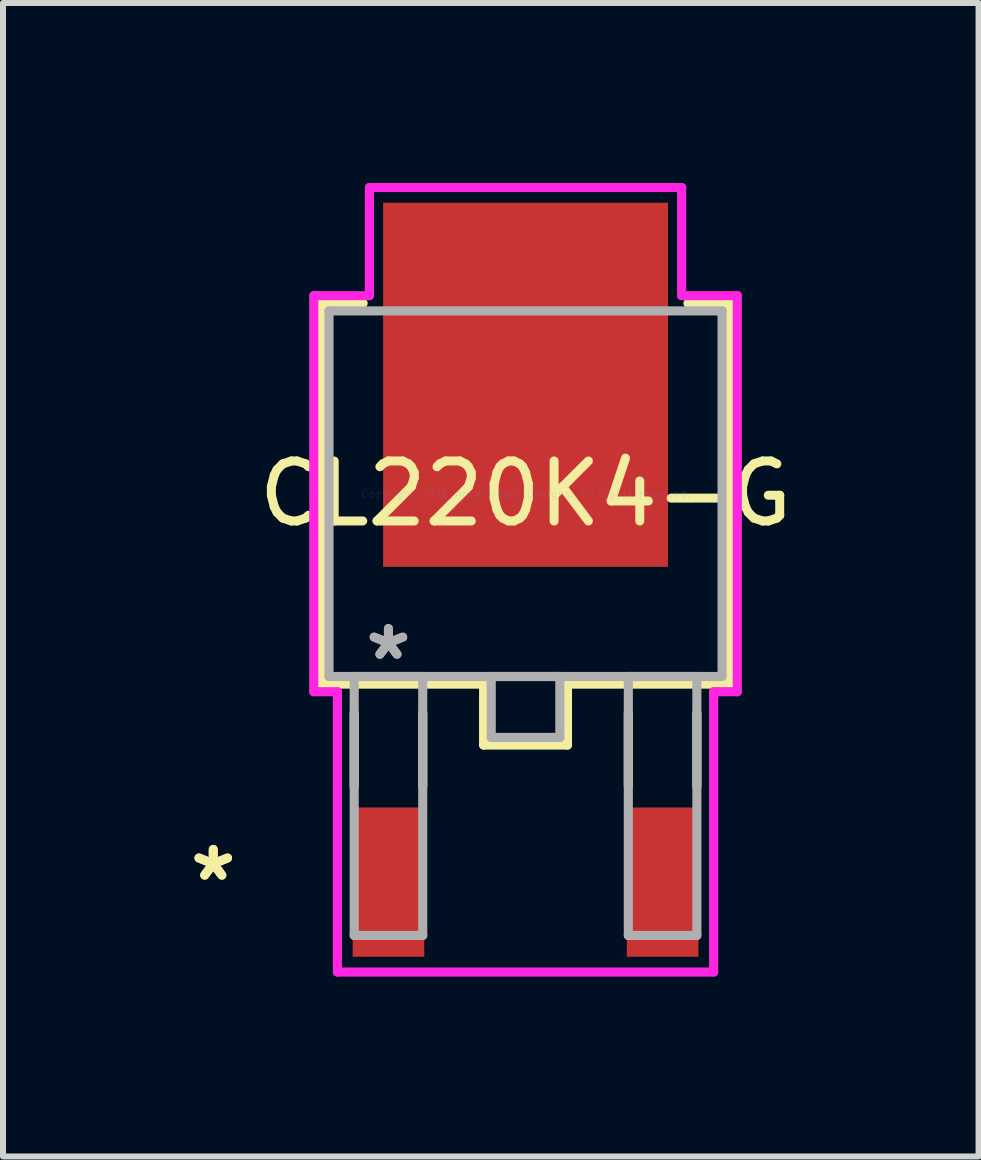
<source format=kicad_pcb>
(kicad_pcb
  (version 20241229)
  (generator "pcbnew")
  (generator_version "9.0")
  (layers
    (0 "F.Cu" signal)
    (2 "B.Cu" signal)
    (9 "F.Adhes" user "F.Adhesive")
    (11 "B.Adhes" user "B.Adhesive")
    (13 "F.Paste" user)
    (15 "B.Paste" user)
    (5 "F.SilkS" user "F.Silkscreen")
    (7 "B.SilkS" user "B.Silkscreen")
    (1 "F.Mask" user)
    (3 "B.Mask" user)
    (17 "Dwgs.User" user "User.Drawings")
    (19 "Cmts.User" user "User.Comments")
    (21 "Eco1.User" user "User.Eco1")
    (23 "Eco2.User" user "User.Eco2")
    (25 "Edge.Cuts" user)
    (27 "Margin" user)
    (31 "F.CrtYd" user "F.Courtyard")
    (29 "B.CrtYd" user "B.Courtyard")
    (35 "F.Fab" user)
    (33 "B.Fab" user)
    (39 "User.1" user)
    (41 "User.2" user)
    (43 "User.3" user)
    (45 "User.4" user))
  (footprint "CL220K4-G"
    (layer "F.Cu")
    (at 5.713 5.182)
    (property "Reference" "CL220K4-G" (at 0 0 0) (layer "F.SilkS") (effects (font (size 1 1) (thickness 0.15))))
    (attr through_hole)
    (fp_line (start -3.404 -3.175) (end -3.404 3.175) (stroke (width 0.152) (type solid)) (layer "F.SilkS"))
    (fp_line (start -3.404 3.175) (end -0.699 3.175) (stroke (width 0.152) (type solid)) (layer "F.SilkS"))
    (fp_line (start -2.857 3.658) (end -2.857 4.877) (stroke (width 0.152) (type solid)) (layer "F.SilkS"))
    (fp_line (start -2.708 -3.175) (end -3.404 -3.175) (stroke (width 0.152) (type solid)) (layer "F.SilkS"))
    (fp_line (start -1.714 3.658) (end -1.714 4.877) (stroke (width 0.152) (type solid)) (layer "F.SilkS"))
    (fp_line (start -0.699 3.175) (end -0.699 4.191) (stroke (width 0.152) (type solid)) (layer "F.SilkS"))
    (fp_line (start -0.699 4.191) (end 0.699 4.191) (stroke (width 0.152) (type solid)) (layer "F.SilkS"))
    (fp_line (start 0.699 3.175) (end 3.404 3.175) (stroke (width 0.152) (type solid)) (layer "F.SilkS"))
    (fp_line (start 0.699 4.191) (end 0.699 3.175) (stroke (width 0.152) (type solid)) (layer "F.SilkS"))
    (fp_line (start 1.714 3.658) (end 1.714 4.877) (stroke (width 0.152) (type solid)) (layer "F.SilkS"))
    (fp_line (start 2.857 3.658) (end 2.857 4.877) (stroke (width 0.152) (type solid)) (layer "F.SilkS"))
    (fp_line (start 3.404 -3.175) (end 2.708 -3.175) (stroke (width 0.152) (type solid)) (layer "F.SilkS"))
    (fp_line (start 3.404 3.175) (end 3.404 -3.175) (stroke (width 0.152) (type solid)) (layer "F.SilkS"))
    (fp_line (start -3.531 -3.302) (end -2.603 -3.302) (stroke (width 0.152) (type solid)) (layer "F.CrtYd"))
    (fp_line (start -3.531 3.302) (end -3.531 -3.302) (stroke (width 0.152) (type solid)) (layer "F.CrtYd"))
    (fp_line (start -3.137 3.302) (end -3.531 3.302) (stroke (width 0.152) (type solid)) (layer "F.CrtYd"))
    (fp_line (start -3.137 7.976) (end -3.137 3.302) (stroke (width 0.152) (type solid)) (layer "F.CrtYd"))
    (fp_line (start -2.603 -5.105) (end 2.603 -5.105) (stroke (width 0.152) (type solid)) (layer "F.CrtYd"))
    (fp_line (start -2.603 -3.302) (end -2.603 -5.105) (stroke (width 0.152) (type solid)) (layer "F.CrtYd"))
    (fp_line (start 2.603 -5.105) (end 2.603 -3.302) (stroke (width 0.152) (type solid)) (layer "F.CrtYd"))
    (fp_line (start 2.603 -3.302) (end 3.531 -3.302) (stroke (width 0.152) (type solid)) (layer "F.CrtYd"))
    (fp_line (start 3.137 3.302) (end 3.137 7.976) (stroke (width 0.152) (type solid)) (layer "F.CrtYd"))
    (fp_line (start 3.137 7.976) (end -3.137 7.976) (stroke (width 0.152) (type solid)) (layer "F.CrtYd"))
    (fp_line (start 3.531 -3.302) (end 3.531 3.302) (stroke (width 0.152) (type solid)) (layer "F.CrtYd"))
    (fp_line (start 3.531 3.302) (end 3.137 3.302) (stroke (width 0.152) (type solid)) (layer "F.CrtYd"))
    (fp_line (start -3.277 -3.048) (end -3.277 3.048) (stroke (width 0.152) (type solid)) (layer "F.Fab"))
    (fp_line (start -3.277 3.048) (end 3.277 3.048) (stroke (width 0.152) (type solid)) (layer "F.Fab"))
    (fp_line (start -2.857 3.048) (end -2.857 7.366) (stroke (width 0.152) (type solid)) (layer "F.Fab"))
    (fp_line (start -2.857 7.366) (end -1.714 7.366) (stroke (width 0.152) (type solid)) (layer "F.Fab"))
    (fp_line (start -1.714 3.048) (end -2.857 3.048) (stroke (width 0.152) (type solid)) (layer "F.Fab"))
    (fp_line (start -1.714 7.366) (end -1.714 3.048) (stroke (width 0.152) (type solid)) (layer "F.Fab"))
    (fp_line (start -0.572 3.048) (end -0.572 4.064) (stroke (width 0.152) (type solid)) (layer "F.Fab"))
    (fp_line (start -0.572 4.064) (end 0.572 4.064) (stroke (width 0.152) (type solid)) (layer "F.Fab"))
    (fp_line (start 0.572 3.048) (end -0.572 3.048) (stroke (width 0.152) (type solid)) (layer "F.Fab"))
    (fp_line (start 0.572 4.064) (end 0.572 3.048) (stroke (width 0.152) (type solid)) (layer "F.Fab"))
    (fp_line (start 1.714 3.048) (end 1.714 7.366) (stroke (width 0.152) (type solid)) (layer "F.Fab"))
    (fp_line (start 1.714 7.366) (end 2.857 7.366) (stroke (width 0.152) (type solid)) (layer "F.Fab"))
    (fp_line (start 2.857 3.048) (end 1.714 3.048) (stroke (width 0.152) (type solid)) (layer "F.Fab"))
    (fp_line (start 2.857 7.366) (end 2.857 3.048) (stroke (width 0.152) (type solid)) (layer "F.Fab"))
    (fp_line (start 3.277 -3.048) (end -3.277 -3.048) (stroke (width 0.152) (type solid)) (layer "F.Fab"))
    (fp_line (start 3.277 3.048) (end 3.277 -3.048) (stroke (width 0.152) (type solid)) (layer "F.Fab"))
    (fp_text user "*" (at -5.207 6.477 0) (layer "F.SilkS") (effects (font (size 1 1) (thickness 0.15))))
    (fp_text user "*" (at -5.207 6.477 0) (layer "F.SilkS") (effects (font (size 1 1) (thickness 0.15))))
    (fp_text user "Copyright 2016 Accelerated Designs. All rights reserved." (at 0 0 0) (layer "Cmts.User") (effects (font (size 0.127 0.127) (thickness 0.002))))
    (fp_text user "*" (at -2.286 2.794 0) (layer "F.Fab") (effects (font (size 1 1) (thickness 0.15))))
    (fp_text user "*" (at -2.286 2.794 0) (layer "F.Fab") (effects (font (size 1 1) (thickness 0.15))))
    (pad "1" smd rect (at -2.286 6.477) (size 1.194 2.489) (layers "F.Cu" "F.Mask" "F.Paste"))
    (pad "2" smd rect (at 0 -1.816) (size 4.75 6.071) (layers "F.Cu" "F.Mask" "F.Paste"))
    (pad "3" smd rect (at 2.286 6.477) (size 1.194 2.489) (layers "F.Cu" "F.Mask" "F.Paste")))
  (gr_rect
    (start -3 -3)
    (end 13.267 16.233)
    (stroke (width 0.1) (type default))
    (fill no)
    (layer "Edge.Cuts")))
</source>
